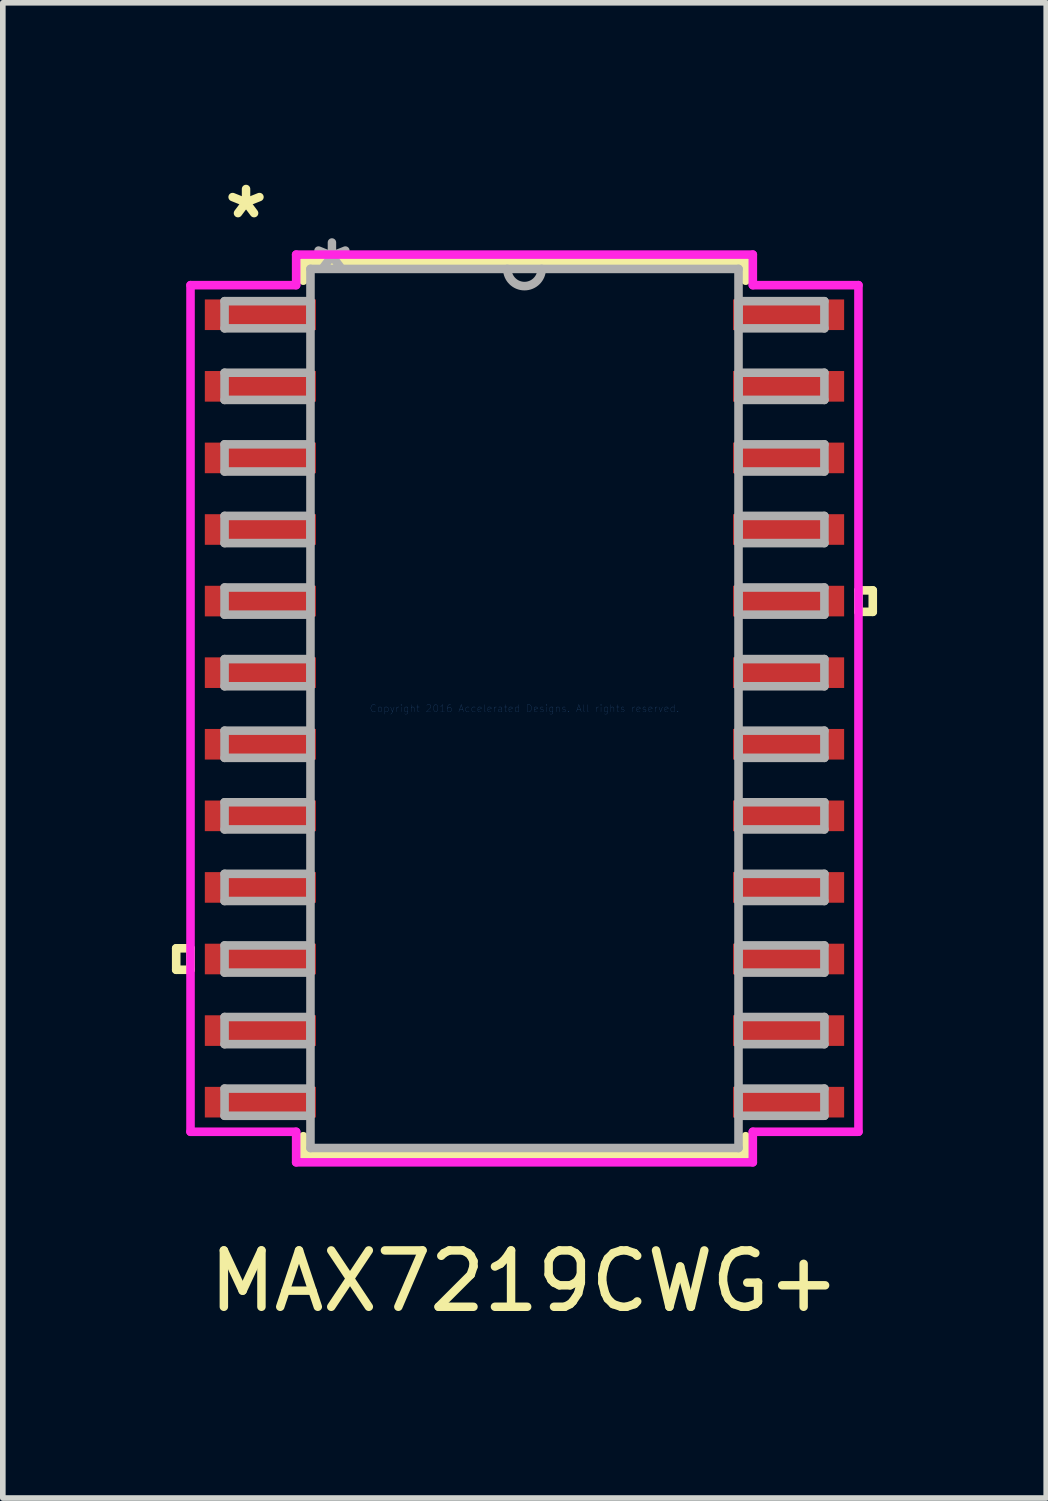
<source format=kicad_pcb>
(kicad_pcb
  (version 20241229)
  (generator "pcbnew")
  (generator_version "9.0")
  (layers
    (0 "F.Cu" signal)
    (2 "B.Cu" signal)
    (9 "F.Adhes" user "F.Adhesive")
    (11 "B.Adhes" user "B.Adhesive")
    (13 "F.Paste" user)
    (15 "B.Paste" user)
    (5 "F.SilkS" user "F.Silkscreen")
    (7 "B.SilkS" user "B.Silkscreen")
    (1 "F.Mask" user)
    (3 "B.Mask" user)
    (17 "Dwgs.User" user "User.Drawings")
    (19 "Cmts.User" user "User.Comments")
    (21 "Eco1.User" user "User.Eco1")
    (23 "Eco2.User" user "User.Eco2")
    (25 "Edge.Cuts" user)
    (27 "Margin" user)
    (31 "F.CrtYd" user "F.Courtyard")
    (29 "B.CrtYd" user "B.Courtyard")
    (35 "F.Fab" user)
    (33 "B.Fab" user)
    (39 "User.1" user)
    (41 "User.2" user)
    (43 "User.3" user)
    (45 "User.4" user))
  (footprint "MAX7219CWG+"
    (layer "F.Cu")
    (at 6.255 9.519)
    (property "Reference" "MAX7219CWG+" (at 0 10.16 180) (layer "F.SilkS") (effects (font (size 1 1) (thickness 0.15))))
    (attr through_hole)
    (fp_line (start -6.179 4.255) (end -6.179 4.636) (stroke (width 0.152) (type solid)) (layer "F.SilkS"))
    (fp_line (start -6.179 4.636) (end -5.925 4.636) (stroke (width 0.152) (type solid)) (layer "F.SilkS"))
    (fp_line (start -5.925 4.255) (end -6.179 4.255) (stroke (width 0.152) (type solid)) (layer "F.SilkS"))
    (fp_line (start -5.925 4.636) (end -5.925 4.255) (stroke (width 0.152) (type solid)) (layer "F.SilkS"))
    (fp_line (start -3.924 -7.925) (end -3.924 -7.589) (stroke (width 0.152) (type solid)) (layer "F.SilkS"))
    (fp_line (start -3.924 7.589) (end -3.924 7.925) (stroke (width 0.152) (type solid)) (layer "F.SilkS"))
    (fp_line (start -3.924 7.925) (end 3.924 7.925) (stroke (width 0.152) (type solid)) (layer "F.SilkS"))
    (fp_line (start 3.924 -7.925) (end -3.924 -7.925) (stroke (width 0.152) (type solid)) (layer "F.SilkS"))
    (fp_line (start 3.924 -7.589) (end 3.924 -7.925) (stroke (width 0.152) (type solid)) (layer "F.SilkS"))
    (fp_line (start 3.924 7.925) (end 3.924 7.589) (stroke (width 0.152) (type solid)) (layer "F.SilkS"))
    (fp_line (start 5.925 -2.095) (end 6.179 -2.095) (stroke (width 0.152) (type solid)) (layer "F.SilkS"))
    (fp_line (start 5.925 -1.714) (end 5.925 -2.095) (stroke (width 0.152) (type solid)) (layer "F.SilkS"))
    (fp_line (start 6.179 -2.095) (end 6.179 -1.714) (stroke (width 0.152) (type solid)) (layer "F.SilkS"))
    (fp_line (start 6.179 -1.714) (end 5.925 -1.714) (stroke (width 0.152) (type solid)) (layer "F.SilkS"))
    (fp_line (start -5.925 -7.51) (end -4.051 -7.51) (stroke (width 0.152) (type solid)) (layer "F.CrtYd"))
    (fp_line (start -5.925 7.51) (end -5.925 -7.51) (stroke (width 0.152) (type solid)) (layer "F.CrtYd"))
    (fp_line (start -4.051 -8.052) (end 4.051 -8.052) (stroke (width 0.152) (type solid)) (layer "F.CrtYd"))
    (fp_line (start -4.051 -7.51) (end -4.051 -8.052) (stroke (width 0.152) (type solid)) (layer "F.CrtYd"))
    (fp_line (start -4.051 7.51) (end -5.925 7.51) (stroke (width 0.152) (type solid)) (layer "F.CrtYd"))
    (fp_line (start -4.051 8.052) (end -4.051 7.51) (stroke (width 0.152) (type solid)) (layer "F.CrtYd"))
    (fp_line (start 4.051 -8.052) (end 4.051 -7.51) (stroke (width 0.152) (type solid)) (layer "F.CrtYd"))
    (fp_line (start 4.051 -7.51) (end 5.925 -7.51) (stroke (width 0.152) (type solid)) (layer "F.CrtYd"))
    (fp_line (start 4.051 7.51) (end 4.051 8.052) (stroke (width 0.152) (type solid)) (layer "F.CrtYd"))
    (fp_line (start 4.051 8.052) (end -4.051 8.052) (stroke (width 0.152) (type solid)) (layer "F.CrtYd"))
    (fp_line (start 5.925 -7.51) (end 5.925 7.51) (stroke (width 0.152) (type solid)) (layer "F.CrtYd"))
    (fp_line (start 5.925 7.51) (end 4.051 7.51) (stroke (width 0.152) (type solid)) (layer "F.CrtYd"))
    (fp_line (start -5.321 -7.226) (end -5.321 -6.744) (stroke (width 0.152) (type solid)) (layer "F.Fab"))
    (fp_line (start -5.321 -6.744) (end -3.797 -6.744) (stroke (width 0.152) (type solid)) (layer "F.Fab"))
    (fp_line (start -5.321 -5.956) (end -5.321 -5.474) (stroke (width 0.152) (type solid)) (layer "F.Fab"))
    (fp_line (start -5.321 -5.474) (end -3.797 -5.474) (stroke (width 0.152) (type solid)) (layer "F.Fab"))
    (fp_line (start -5.321 -4.686) (end -5.321 -4.204) (stroke (width 0.152) (type solid)) (layer "F.Fab"))
    (fp_line (start -5.321 -4.204) (end -3.797 -4.204) (stroke (width 0.152) (type solid)) (layer "F.Fab"))
    (fp_line (start -5.321 -3.416) (end -5.321 -2.934) (stroke (width 0.152) (type solid)) (layer "F.Fab"))
    (fp_line (start -5.321 -2.934) (end -3.797 -2.934) (stroke (width 0.152) (type solid)) (layer "F.Fab"))
    (fp_line (start -5.321 -2.146) (end -5.321 -1.664) (stroke (width 0.152) (type solid)) (layer "F.Fab"))
    (fp_line (start -5.321 -1.664) (end -3.797 -1.664) (stroke (width 0.152) (type solid)) (layer "F.Fab"))
    (fp_line (start -5.321 -0.876) (end -5.321 -0.394) (stroke (width 0.152) (type solid)) (layer "F.Fab"))
    (fp_line (start -5.321 -0.394) (end -3.797 -0.394) (stroke (width 0.152) (type solid)) (layer "F.Fab"))
    (fp_line (start -5.321 0.394) (end -5.321 0.876) (stroke (width 0.152) (type solid)) (layer "F.Fab"))
    (fp_line (start -5.321 0.876) (end -3.797 0.876) (stroke (width 0.152) (type solid)) (layer "F.Fab"))
    (fp_line (start -5.321 1.664) (end -5.321 2.146) (stroke (width 0.152) (type solid)) (layer "F.Fab"))
    (fp_line (start -5.321 2.146) (end -3.797 2.146) (stroke (width 0.152) (type solid)) (layer "F.Fab"))
    (fp_line (start -5.321 2.934) (end -5.321 3.416) (stroke (width 0.152) (type solid)) (layer "F.Fab"))
    (fp_line (start -5.321 3.416) (end -3.797 3.416) (stroke (width 0.152) (type solid)) (layer "F.Fab"))
    (fp_line (start -5.321 4.204) (end -5.321 4.686) (stroke (width 0.152) (type solid)) (layer "F.Fab"))
    (fp_line (start -5.321 4.686) (end -3.797 4.686) (stroke (width 0.152) (type solid)) (layer "F.Fab"))
    (fp_line (start -5.321 5.474) (end -5.321 5.956) (stroke (width 0.152) (type solid)) (layer "F.Fab"))
    (fp_line (start -5.321 5.956) (end -3.797 5.956) (stroke (width 0.152) (type solid)) (layer "F.Fab"))
    (fp_line (start -5.321 6.744) (end -5.321 7.226) (stroke (width 0.152) (type solid)) (layer "F.Fab"))
    (fp_line (start -5.321 7.226) (end -3.797 7.226) (stroke (width 0.152) (type solid)) (layer "F.Fab"))
    (fp_line (start -3.797 -7.798) (end -3.797 7.798) (stroke (width 0.152) (type solid)) (layer "F.Fab"))
    (fp_line (start -3.797 -7.226) (end -5.321 -7.226) (stroke (width 0.152) (type solid)) (layer "F.Fab"))
    (fp_line (start -3.797 -6.744) (end -3.797 -7.226) (stroke (width 0.152) (type solid)) (layer "F.Fab"))
    (fp_line (start -3.797 -5.956) (end -5.321 -5.956) (stroke (width 0.152) (type solid)) (layer "F.Fab"))
    (fp_line (start -3.797 -5.474) (end -3.797 -5.956) (stroke (width 0.152) (type solid)) (layer "F.Fab"))
    (fp_line (start -3.797 -4.686) (end -5.321 -4.686) (stroke (width 0.152) (type solid)) (layer "F.Fab"))
    (fp_line (start -3.797 -4.204) (end -3.797 -4.686) (stroke (width 0.152) (type solid)) (layer "F.Fab"))
    (fp_line (start -3.797 -3.416) (end -5.321 -3.416) (stroke (width 0.152) (type solid)) (layer "F.Fab"))
    (fp_line (start -3.797 -2.934) (end -3.797 -3.416) (stroke (width 0.152) (type solid)) (layer "F.Fab"))
    (fp_line (start -3.797 -2.146) (end -5.321 -2.146) (stroke (width 0.152) (type solid)) (layer "F.Fab"))
    (fp_line (start -3.797 -1.664) (end -3.797 -2.146) (stroke (width 0.152) (type solid)) (layer "F.Fab"))
    (fp_line (start -3.797 -0.876) (end -5.321 -0.876) (stroke (width 0.152) (type solid)) (layer "F.Fab"))
    (fp_line (start -3.797 -0.394) (end -3.797 -0.876) (stroke (width 0.152) (type solid)) (layer "F.Fab"))
    (fp_line (start -3.797 0.394) (end -5.321 0.394) (stroke (width 0.152) (type solid)) (layer "F.Fab"))
    (fp_line (start -3.797 0.876) (end -3.797 0.394) (stroke (width 0.152) (type solid)) (layer "F.Fab"))
    (fp_line (start -3.797 1.664) (end -5.321 1.664) (stroke (width 0.152) (type solid)) (layer "F.Fab"))
    (fp_line (start -3.797 2.146) (end -3.797 1.664) (stroke (width 0.152) (type solid)) (layer "F.Fab"))
    (fp_line (start -3.797 2.934) (end -5.321 2.934) (stroke (width 0.152) (type solid)) (layer "F.Fab"))
    (fp_line (start -3.797 3.416) (end -3.797 2.934) (stroke (width 0.152) (type solid)) (layer "F.Fab"))
    (fp_line (start -3.797 4.204) (end -5.321 4.204) (stroke (width 0.152) (type solid)) (layer "F.Fab"))
    (fp_line (start -3.797 4.686) (end -3.797 4.204) (stroke (width 0.152) (type solid)) (layer "F.Fab"))
    (fp_line (start -3.797 5.474) (end -5.321 5.474) (stroke (width 0.152) (type solid)) (layer "F.Fab"))
    (fp_line (start -3.797 5.956) (end -3.797 5.474) (stroke (width 0.152) (type solid)) (layer "F.Fab"))
    (fp_line (start -3.797 6.744) (end -5.321 6.744) (stroke (width 0.152) (type solid)) (layer "F.Fab"))
    (fp_line (start -3.797 7.226) (end -3.797 6.744) (stroke (width 0.152) (type solid)) (layer "F.Fab"))
    (fp_line (start -3.797 7.798) (end 3.797 7.798) (stroke (width 0.152) (type solid)) (layer "F.Fab"))
    (fp_line (start 3.797 -7.798) (end -3.797 -7.798) (stroke (width 0.152) (type solid)) (layer "F.Fab"))
    (fp_line (start 3.797 -7.226) (end 3.797 -6.744) (stroke (width 0.152) (type solid)) (layer "F.Fab"))
    (fp_line (start 3.797 -6.744) (end 5.321 -6.744) (stroke (width 0.152) (type solid)) (layer "F.Fab"))
    (fp_line (start 3.797 -5.956) (end 3.797 -5.474) (stroke (width 0.152) (type solid)) (layer "F.Fab"))
    (fp_line (start 3.797 -5.474) (end 5.321 -5.474) (stroke (width 0.152) (type solid)) (layer "F.Fab"))
    (fp_line (start 3.797 -4.686) (end 3.797 -4.204) (stroke (width 0.152) (type solid)) (layer "F.Fab"))
    (fp_line (start 3.797 -4.204) (end 5.321 -4.204) (stroke (width 0.152) (type solid)) (layer "F.Fab"))
    (fp_line (start 3.797 -3.416) (end 3.797 -2.934) (stroke (width 0.152) (type solid)) (layer "F.Fab"))
    (fp_line (start 3.797 -2.934) (end 5.321 -2.934) (stroke (width 0.152) (type solid)) (layer "F.Fab"))
    (fp_line (start 3.797 -2.146) (end 3.797 -1.664) (stroke (width 0.152) (type solid)) (layer "F.Fab"))
    (fp_line (start 3.797 -1.664) (end 5.321 -1.664) (stroke (width 0.152) (type solid)) (layer "F.Fab"))
    (fp_line (start 3.797 -0.876) (end 3.797 -0.394) (stroke (width 0.152) (type solid)) (layer "F.Fab"))
    (fp_line (start 3.797 -0.394) (end 5.321 -0.394) (stroke (width 0.152) (type solid)) (layer "F.Fab"))
    (fp_line (start 3.797 0.394) (end 3.797 0.876) (stroke (width 0.152) (type solid)) (layer "F.Fab"))
    (fp_line (start 3.797 0.876) (end 5.321 0.876) (stroke (width 0.152) (type solid)) (layer "F.Fab"))
    (fp_line (start 3.797 1.664) (end 3.797 2.146) (stroke (width 0.152) (type solid)) (layer "F.Fab"))
    (fp_line (start 3.797 2.146) (end 5.321 2.146) (stroke (width 0.152) (type solid)) (layer "F.Fab"))
    (fp_line (start 3.797 2.934) (end 3.797 3.416) (stroke (width 0.152) (type solid)) (layer "F.Fab"))
    (fp_line (start 3.797 3.416) (end 5.321 3.416) (stroke (width 0.152) (type solid)) (layer "F.Fab"))
    (fp_line (start 3.797 4.204) (end 3.797 4.686) (stroke (width 0.152) (type solid)) (layer "F.Fab"))
    (fp_line (start 3.797 4.686) (end 5.321 4.686) (stroke (width 0.152) (type solid)) (layer "F.Fab"))
    (fp_line (start 3.797 5.474) (end 3.797 5.956) (stroke (width 0.152) (type solid)) (layer "F.Fab"))
    (fp_line (start 3.797 5.956) (end 5.321 5.956) (stroke (width 0.152) (type solid)) (layer "F.Fab"))
    (fp_line (start 3.797 6.744) (end 3.797 7.226) (stroke (width 0.152) (type solid)) (layer "F.Fab"))
    (fp_line (start 3.797 7.226) (end 5.321 7.226) (stroke (width 0.152) (type solid)) (layer "F.Fab"))
    (fp_line (start 3.797 7.798) (end 3.797 -7.798) (stroke (width 0.152) (type solid)) (layer "F.Fab"))
    (fp_line (start 5.321 -7.226) (end 3.797 -7.226) (stroke (width 0.152) (type solid)) (layer "F.Fab"))
    (fp_line (start 5.321 -6.744) (end 5.321 -7.226) (stroke (width 0.152) (type solid)) (layer "F.Fab"))
    (fp_line (start 5.321 -5.956) (end 3.797 -5.956) (stroke (width 0.152) (type solid)) (layer "F.Fab"))
    (fp_line (start 5.321 -5.474) (end 5.321 -5.956) (stroke (width 0.152) (type solid)) (layer "F.Fab"))
    (fp_line (start 5.321 -4.686) (end 3.797 -4.686) (stroke (width 0.152) (type solid)) (layer "F.Fab"))
    (fp_line (start 5.321 -4.204) (end 5.321 -4.686) (stroke (width 0.152) (type solid)) (layer "F.Fab"))
    (fp_line (start 5.321 -3.416) (end 3.797 -3.416) (stroke (width 0.152) (type solid)) (layer "F.Fab"))
    (fp_line (start 5.321 -2.934) (end 5.321 -3.416) (stroke (width 0.152) (type solid)) (layer "F.Fab"))
    (fp_line (start 5.321 -2.146) (end 3.797 -2.146) (stroke (width 0.152) (type solid)) (layer "F.Fab"))
    (fp_line (start 5.321 -1.664) (end 5.321 -2.146) (stroke (width 0.152) (type solid)) (layer "F.Fab"))
    (fp_line (start 5.321 -0.876) (end 3.797 -0.876) (stroke (width 0.152) (type solid)) (layer "F.Fab"))
    (fp_line (start 5.321 -0.394) (end 5.321 -0.876) (stroke (width 0.152) (type solid)) (layer "F.Fab"))
    (fp_line (start 5.321 0.394) (end 3.797 0.394) (stroke (width 0.152) (type solid)) (layer "F.Fab"))
    (fp_line (start 5.321 0.876) (end 5.321 0.394) (stroke (width 0.152) (type solid)) (layer "F.Fab"))
    (fp_line (start 5.321 1.664) (end 3.797 1.664) (stroke (width 0.152) (type solid)) (layer "F.Fab"))
    (fp_line (start 5.321 2.146) (end 5.321 1.664) (stroke (width 0.152) (type solid)) (layer "F.Fab"))
    (fp_line (start 5.321 2.934) (end 3.797 2.934) (stroke (width 0.152) (type solid)) (layer "F.Fab"))
    (fp_line (start 5.321 3.416) (end 5.321 2.934) (stroke (width 0.152) (type solid)) (layer "F.Fab"))
    (fp_line (start 5.321 4.204) (end 3.797 4.204) (stroke (width 0.152) (type solid)) (layer "F.Fab"))
    (fp_line (start 5.321 4.686) (end 5.321 4.204) (stroke (width 0.152) (type solid)) (layer "F.Fab"))
    (fp_line (start 5.321 5.474) (end 3.797 5.474) (stroke (width 0.152) (type solid)) (layer "F.Fab"))
    (fp_line (start 5.321 5.956) (end 5.321 5.474) (stroke (width 0.152) (type solid)) (layer "F.Fab"))
    (fp_line (start 5.321 6.744) (end 3.797 6.744) (stroke (width 0.152) (type solid)) (layer "F.Fab"))
    (fp_line (start 5.321 7.226) (end 5.321 6.744) (stroke (width 0.152) (type solid)) (layer "F.Fab"))
    (fp_arc (start 0.3048 -7.7978) (mid 0 -7.493) (end -0.3048 -7.7978) (stroke (width 0.1524) (type solid)) (layer "F.Fab"))
    (fp_text user "*" (at -4.94 -8.671 0) (layer "F.SilkS") (effects (font (size 1 1) (thickness 0.15))))
    (fp_text user "Copyright 2016 Accelerated Designs. All rights reserved." (at 0 0 0) (layer "Cmts.User") (effects (font (size 0.127 0.127) (thickness 0.002))))
    (fp_text user "*" (at -3.416 -7.722 0) (layer "F.Fab") (effects (font (size 1 1) (thickness 0.15))))
    (pad "1" smd rect (at -4.686 -6.985) (size 1.97 0.543) (layers "F.Cu" "F.Mask" "F.Paste"))
    (pad "2" smd rect (at -4.686 -5.715) (size 1.97 0.543) (layers "F.Cu" "F.Mask" "F.Paste"))
    (pad "3" smd rect (at -4.686 -4.445) (size 1.97 0.543) (layers "F.Cu" "F.Mask" "F.Paste"))
    (pad "4" smd rect (at -4.686 -3.175) (size 1.97 0.543) (layers "F.Cu" "F.Mask" "F.Paste"))
    (pad "5" smd rect (at -4.686 -1.905) (size 1.97 0.543) (layers "F.Cu" "F.Mask" "F.Paste"))
    (pad "6" smd rect (at -4.686 -0.635) (size 1.97 0.543) (layers "F.Cu" "F.Mask" "F.Paste"))
    (pad "7" smd rect (at -4.686 0.635) (size 1.97 0.543) (layers "F.Cu" "F.Mask" "F.Paste"))
    (pad "8" smd rect (at -4.686 1.905) (size 1.97 0.543) (layers "F.Cu" "F.Mask" "F.Paste"))
    (pad "9" smd rect (at -4.686 3.175) (size 1.97 0.543) (layers "F.Cu" "F.Mask" "F.Paste"))
    (pad "10" smd rect (at -4.686 4.445) (size 1.97 0.543) (layers "F.Cu" "F.Mask" "F.Paste"))
    (pad "11" smd rect (at -4.686 5.715) (size 1.97 0.543) (layers "F.Cu" "F.Mask" "F.Paste"))
    (pad "12" smd rect (at -4.686 6.985) (size 1.97 0.543) (layers "F.Cu" "F.Mask" "F.Paste"))
    (pad "13" smd rect (at 4.686 6.985) (size 1.97 0.543) (layers "F.Cu" "F.Mask" "F.Paste"))
    (pad "14" smd rect (at 4.686 5.715) (size 1.97 0.543) (layers "F.Cu" "F.Mask" "F.Paste"))
    (pad "15" smd rect (at 4.686 4.445) (size 1.97 0.543) (layers "F.Cu" "F.Mask" "F.Paste"))
    (pad "16" smd rect (at 4.686 3.175) (size 1.97 0.543) (layers "F.Cu" "F.Mask" "F.Paste"))
    (pad "17" smd rect (at 4.686 1.905) (size 1.97 0.543) (layers "F.Cu" "F.Mask" "F.Paste"))
    (pad "18" smd rect (at 4.686 0.635) (size 1.97 0.543) (layers "F.Cu" "F.Mask" "F.Paste"))
    (pad "19" smd rect (at 4.686 -0.635) (size 1.97 0.543) (layers "F.Cu" "F.Mask" "F.Paste"))
    (pad "20" smd rect (at 4.686 -1.905) (size 1.97 0.543) (layers "F.Cu" "F.Mask" "F.Paste"))
    (pad "21" smd rect (at 4.686 -3.175) (size 1.97 0.543) (layers "F.Cu" "F.Mask" "F.Paste"))
    (pad "22" smd rect (at 4.686 -4.445) (size 1.97 0.543) (layers "F.Cu" "F.Mask" "F.Paste"))
    (pad "23" smd rect (at 4.686 -5.715) (size 1.97 0.543) (layers "F.Cu" "F.Mask" "F.Paste"))
    (pad "24" smd rect (at 4.686 -6.985) (size 1.97 0.543) (layers "F.Cu" "F.Mask" "F.Paste")))
  (gr_rect
    (start -3 -3)
    (end 15.511 23.527)
    (stroke (width 0.1) (type default))
    (fill no)
    (layer "Edge.Cuts")))
</source>
